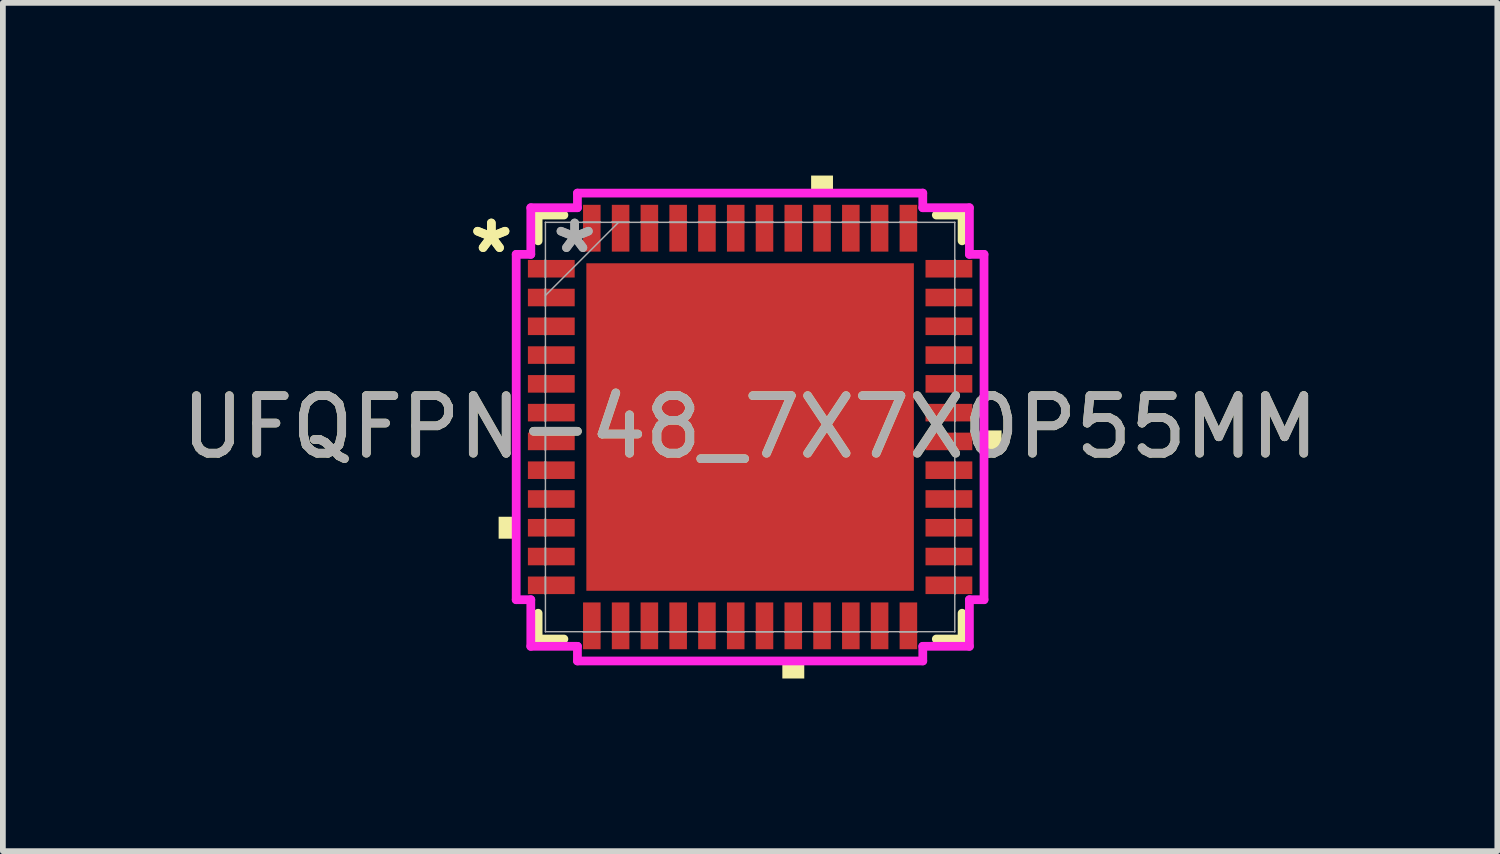
<source format=kicad_pcb>
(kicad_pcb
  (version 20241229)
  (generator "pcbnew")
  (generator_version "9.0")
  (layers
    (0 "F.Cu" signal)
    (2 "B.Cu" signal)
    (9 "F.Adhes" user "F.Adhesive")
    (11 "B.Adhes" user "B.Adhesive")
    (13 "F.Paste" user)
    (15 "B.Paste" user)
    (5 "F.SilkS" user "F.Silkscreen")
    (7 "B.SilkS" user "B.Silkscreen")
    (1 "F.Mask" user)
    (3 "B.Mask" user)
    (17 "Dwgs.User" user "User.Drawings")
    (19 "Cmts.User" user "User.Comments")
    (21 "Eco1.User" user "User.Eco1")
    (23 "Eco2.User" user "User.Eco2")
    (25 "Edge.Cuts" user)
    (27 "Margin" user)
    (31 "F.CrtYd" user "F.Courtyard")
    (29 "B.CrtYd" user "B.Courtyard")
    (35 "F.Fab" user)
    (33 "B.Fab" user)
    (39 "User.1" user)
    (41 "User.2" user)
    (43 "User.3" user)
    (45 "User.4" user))
  (footprint "UFQFPN-48_7X7X0P55MM"
    (layer "F.Cu")
    (at 9.982 4.369)
    (property "Reference" "UFQFPN-48_7X7X0P55MM" (at 0 0 0) (unlocked yes) (layer "F.SilkS") (effects (font (size 1 1) (thickness 0.15))))
    (attr smd)
    (fp_line (start -3.683 -3.683) (end -3.683 -3.235) (stroke (width 0.152) (type solid)) (layer "F.SilkS"))
    (fp_line (start -3.683 3.235) (end -3.683 3.683) (stroke (width 0.152) (type solid)) (layer "F.SilkS"))
    (fp_line (start -3.683 3.683) (end -3.235 3.683) (stroke (width 0.152) (type solid)) (layer "F.SilkS"))
    (fp_line (start -3.235 -3.683) (end -3.683 -3.683) (stroke (width 0.152) (type solid)) (layer "F.SilkS"))
    (fp_line (start 3.235 3.683) (end 3.683 3.683) (stroke (width 0.152) (type solid)) (layer "F.SilkS"))
    (fp_line (start 3.683 -3.683) (end 3.235 -3.683) (stroke (width 0.152) (type solid)) (layer "F.SilkS"))
    (fp_line (start 3.683 -3.235) (end 3.683 -3.683) (stroke (width 0.152) (type solid)) (layer "F.SilkS"))
    (fp_line (start 3.683 3.683) (end 3.683 3.235) (stroke (width 0.152) (type solid)) (layer "F.SilkS"))
    (fp_poly (pts (xy -4.369 1.559) (xy -4.369 1.94) (xy -4.115 1.94) (xy -4.115 1.559)) (stroke (width 0) (type solid)) (fill yes) (layer "F.SilkS"))
    (fp_poly (pts (xy 0.56 4.115) (xy 0.56 4.369) (xy 0.941 4.369) (xy 0.941 4.115)) (stroke (width 0) (type solid)) (fill yes) (layer "F.SilkS"))
    (fp_poly (pts (xy 1.06 -4.115) (xy 1.06 -4.369) (xy 1.44 -4.369) (xy 1.44 -4.115)) (stroke (width 0) (type solid)) (fill yes) (layer "F.SilkS"))
    (fp_poly (pts (xy 4.369 0.059) (xy 4.369 0.441) (xy 4.115 0.441) (xy 4.115 0.059)) (stroke (width 0) (type solid)) (fill yes) (layer "F.SilkS"))
    (fp_poly (pts (xy -2.745 -2.745) (xy -2.745 -1.522) (xy -1.522 -1.522) (xy -1.522 -2.745)) (stroke (width 0) (type solid)) (fill yes) (layer "F.Paste"))
    (fp_poly (pts (xy -2.745 -1.322) (xy -2.745 -0.1) (xy -1.522 -0.1) (xy -1.522 -1.322)) (stroke (width 0) (type solid)) (fill yes) (layer "F.Paste"))
    (fp_poly (pts (xy -2.745 0.1) (xy -2.745 1.322) (xy -1.522 1.322) (xy -1.522 0.1)) (stroke (width 0) (type solid)) (fill yes) (layer "F.Paste"))
    (fp_poly (pts (xy -2.745 1.522) (xy -2.745 2.745) (xy -1.522 2.745) (xy -1.522 1.522)) (stroke (width 0) (type solid)) (fill yes) (layer "F.Paste"))
    (fp_poly (pts (xy -1.322 -2.745) (xy -1.322 -1.522) (xy -0.1 -1.522) (xy -0.1 -2.745)) (stroke (width 0) (type solid)) (fill yes) (layer "F.Paste"))
    (fp_poly (pts (xy -1.322 -1.322) (xy -1.322 -0.1) (xy -0.1 -0.1) (xy -0.1 -1.322)) (stroke (width 0) (type solid)) (fill yes) (layer "F.Paste"))
    (fp_poly (pts (xy -1.322 0.1) (xy -1.322 1.322) (xy -0.1 1.322) (xy -0.1 0.1)) (stroke (width 0) (type solid)) (fill yes) (layer "F.Paste"))
    (fp_poly (pts (xy -1.322 1.522) (xy -1.322 2.745) (xy -0.1 2.745) (xy -0.1 1.522)) (stroke (width 0) (type solid)) (fill yes) (layer "F.Paste"))
    (fp_poly (pts (xy 0.1 -2.745) (xy 0.1 -1.522) (xy 1.322 -1.522) (xy 1.322 -2.745)) (stroke (width 0) (type solid)) (fill yes) (layer "F.Paste"))
    (fp_poly (pts (xy 0.1 -1.322) (xy 0.1 -0.1) (xy 1.322 -0.1) (xy 1.322 -1.322)) (stroke (width 0) (type solid)) (fill yes) (layer "F.Paste"))
    (fp_poly (pts (xy 0.1 0.1) (xy 0.1 1.322) (xy 1.322 1.322) (xy 1.322 0.1)) (stroke (width 0) (type solid)) (fill yes) (layer "F.Paste"))
    (fp_poly (pts (xy 0.1 1.522) (xy 0.1 2.745) (xy 1.322 2.745) (xy 1.322 1.522)) (stroke (width 0) (type solid)) (fill yes) (layer "F.Paste"))
    (fp_poly (pts (xy 1.522 -2.745) (xy 1.522 -1.522) (xy 2.745 -1.522) (xy 2.745 -2.745)) (stroke (width 0) (type solid)) (fill yes) (layer "F.Paste"))
    (fp_poly (pts (xy 1.522 -1.322) (xy 1.522 -0.1) (xy 2.745 -0.1) (xy 2.745 -1.322)) (stroke (width 0) (type solid)) (fill yes) (layer "F.Paste"))
    (fp_poly (pts (xy 1.522 0.1) (xy 1.522 1.322) (xy 2.745 1.322) (xy 2.745 0.1)) (stroke (width 0) (type solid)) (fill yes) (layer "F.Paste"))
    (fp_poly (pts (xy 1.522 1.522) (xy 1.522 2.745) (xy 2.745 2.745) (xy 2.745 1.522)) (stroke (width 0) (type solid)) (fill yes) (layer "F.Paste"))
    (fp_line (start -4.064 -3) (end -3.81 -3) (stroke (width 0.152) (type solid)) (layer "F.CrtYd"))
    (fp_line (start -4.064 3) (end -4.064 -3) (stroke (width 0.152) (type solid)) (layer "F.CrtYd"))
    (fp_line (start -3.81 -3.81) (end -3 -3.81) (stroke (width 0.152) (type solid)) (layer "F.CrtYd"))
    (fp_line (start -3.81 -3) (end -3.81 -3.81) (stroke (width 0.152) (type solid)) (layer "F.CrtYd"))
    (fp_line (start -3.81 3) (end -4.064 3) (stroke (width 0.152) (type solid)) (layer "F.CrtYd"))
    (fp_line (start -3.81 3.81) (end -3.81 3) (stroke (width 0.152) (type solid)) (layer "F.CrtYd"))
    (fp_line (start -3 -4.064) (end 3 -4.064) (stroke (width 0.152) (type solid)) (layer "F.CrtYd"))
    (fp_line (start -3 -3.81) (end -3 -4.064) (stroke (width 0.152) (type solid)) (layer "F.CrtYd"))
    (fp_line (start -3 3.81) (end -3.81 3.81) (stroke (width 0.152) (type solid)) (layer "F.CrtYd"))
    (fp_line (start -3 4.064) (end -3 3.81) (stroke (width 0.152) (type solid)) (layer "F.CrtYd"))
    (fp_line (start 3 -4.064) (end 3 -3.81) (stroke (width 0.152) (type solid)) (layer "F.CrtYd"))
    (fp_line (start 3 -3.81) (end 3.81 -3.81) (stroke (width 0.152) (type solid)) (layer "F.CrtYd"))
    (fp_line (start 3 3.81) (end 3 4.064) (stroke (width 0.152) (type solid)) (layer "F.CrtYd"))
    (fp_line (start 3 4.064) (end -3 4.064) (stroke (width 0.152) (type solid)) (layer "F.CrtYd"))
    (fp_line (start 3.81 -3.81) (end 3.81 -3) (stroke (width 0.152) (type solid)) (layer "F.CrtYd"))
    (fp_line (start 3.81 -3) (end 4.064 -3) (stroke (width 0.152) (type solid)) (layer "F.CrtYd"))
    (fp_line (start 3.81 3) (end 3.81 3.81) (stroke (width 0.152) (type solid)) (layer "F.CrtYd"))
    (fp_line (start 3.81 3.81) (end 3 3.81) (stroke (width 0.152) (type solid)) (layer "F.CrtYd"))
    (fp_line (start 4.064 -3) (end 4.064 3) (stroke (width 0.152) (type solid)) (layer "F.CrtYd"))
    (fp_line (start 4.064 3) (end 3.81 3) (stroke (width 0.152) (type solid)) (layer "F.CrtYd"))
    (fp_line (start -3.556 -3.556) (end -3.556 -3.556) (stroke (width 0.025) (type solid)) (layer "F.Fab"))
    (fp_line (start -3.556 -3.556) (end -3.556 3.556) (stroke (width 0.025) (type solid)) (layer "F.Fab"))
    (fp_line (start -3.556 -2.902) (end -3.556 -2.902) (stroke (width 0.025) (type solid)) (layer "F.Fab"))
    (fp_line (start -3.556 -2.902) (end -3.556 -2.598) (stroke (width 0.025) (type solid)) (layer "F.Fab"))
    (fp_line (start -3.556 -2.598) (end -3.556 -2.902) (stroke (width 0.025) (type solid)) (layer "F.Fab"))
    (fp_line (start -3.556 -2.598) (end -3.556 -2.598) (stroke (width 0.025) (type solid)) (layer "F.Fab"))
    (fp_line (start -3.556 -2.402) (end -3.556 -2.402) (stroke (width 0.025) (type solid)) (layer "F.Fab"))
    (fp_line (start -3.556 -2.402) (end -3.556 -2.098) (stroke (width 0.025) (type solid)) (layer "F.Fab"))
    (fp_line (start -3.556 -2.286) (end -2.286 -3.556) (stroke (width 0.025) (type solid)) (layer "F.Fab"))
    (fp_line (start -3.556 -2.098) (end -3.556 -2.402) (stroke (width 0.025) (type solid)) (layer "F.Fab"))
    (fp_line (start -3.556 -2.098) (end -3.556 -2.098) (stroke (width 0.025) (type solid)) (layer "F.Fab"))
    (fp_line (start -3.556 -1.902) (end -3.556 -1.902) (stroke (width 0.025) (type solid)) (layer "F.Fab"))
    (fp_line (start -3.556 -1.902) (end -3.556 -1.598) (stroke (width 0.025) (type solid)) (layer "F.Fab"))
    (fp_line (start -3.556 -1.598) (end -3.556 -1.902) (stroke (width 0.025) (type solid)) (layer "F.Fab"))
    (fp_line (start -3.556 -1.598) (end -3.556 -1.598) (stroke (width 0.025) (type solid)) (layer "F.Fab"))
    (fp_line (start -3.556 -1.402) (end -3.556 -1.402) (stroke (width 0.025) (type solid)) (layer "F.Fab"))
    (fp_line (start -3.556 -1.402) (end -3.556 -1.098) (stroke (width 0.025) (type solid)) (layer "F.Fab"))
    (fp_line (start -3.556 -1.098) (end -3.556 -1.402) (stroke (width 0.025) (type solid)) (layer "F.Fab"))
    (fp_line (start -3.556 -1.098) (end -3.556 -1.098) (stroke (width 0.025) (type solid)) (layer "F.Fab"))
    (fp_line (start -3.556 -0.902) (end -3.556 -0.902) (stroke (width 0.025) (type solid)) (layer "F.Fab"))
    (fp_line (start -3.556 -0.902) (end -3.556 -0.598) (stroke (width 0.025) (type solid)) (layer "F.Fab"))
    (fp_line (start -3.556 -0.598) (end -3.556 -0.902) (stroke (width 0.025) (type solid)) (layer "F.Fab"))
    (fp_line (start -3.556 -0.598) (end -3.556 -0.598) (stroke (width 0.025) (type solid)) (layer "F.Fab"))
    (fp_line (start -3.556 -0.402) (end -3.556 -0.402) (stroke (width 0.025) (type solid)) (layer "F.Fab"))
    (fp_line (start -3.556 -0.402) (end -3.556 -0.098) (stroke (width 0.025) (type solid)) (layer "F.Fab"))
    (fp_line (start -3.556 -0.098) (end -3.556 -0.402) (stroke (width 0.025) (type solid)) (layer "F.Fab"))
    (fp_line (start -3.556 -0.098) (end -3.556 -0.098) (stroke (width 0.025) (type solid)) (layer "F.Fab"))
    (fp_line (start -3.556 0.098) (end -3.556 0.098) (stroke (width 0.025) (type solid)) (layer "F.Fab"))
    (fp_line (start -3.556 0.098) (end -3.556 0.402) (stroke (width 0.025) (type solid)) (layer "F.Fab"))
    (fp_line (start -3.556 0.402) (end -3.556 0.098) (stroke (width 0.025) (type solid)) (layer "F.Fab"))
    (fp_line (start -3.556 0.402) (end -3.556 0.402) (stroke (width 0.025) (type solid)) (layer "F.Fab"))
    (fp_line (start -3.556 0.598) (end -3.556 0.598) (stroke (width 0.025) (type solid)) (layer "F.Fab"))
    (fp_line (start -3.556 0.598) (end -3.556 0.902) (stroke (width 0.025) (type solid)) (layer "F.Fab"))
    (fp_line (start -3.556 0.902) (end -3.556 0.598) (stroke (width 0.025) (type solid)) (layer "F.Fab"))
    (fp_line (start -3.556 0.902) (end -3.556 0.902) (stroke (width 0.025) (type solid)) (layer "F.Fab"))
    (fp_line (start -3.556 1.098) (end -3.556 1.098) (stroke (width 0.025) (type solid)) (layer "F.Fab"))
    (fp_line (start -3.556 1.098) (end -3.556 1.402) (stroke (width 0.025) (type solid)) (layer "F.Fab"))
    (fp_line (start -3.556 1.402) (end -3.556 1.098) (stroke (width 0.025) (type solid)) (layer "F.Fab"))
    (fp_line (start -3.556 1.402) (end -3.556 1.402) (stroke (width 0.025) (type solid)) (layer "F.Fab"))
    (fp_line (start -3.556 1.598) (end -3.556 1.598) (stroke (width 0.025) (type solid)) (layer "F.Fab"))
    (fp_line (start -3.556 1.598) (end -3.556 1.902) (stroke (width 0.025) (type solid)) (layer "F.Fab"))
    (fp_line (start -3.556 1.902) (end -3.556 1.598) (stroke (width 0.025) (type solid)) (layer "F.Fab"))
    (fp_line (start -3.556 1.902) (end -3.556 1.902) (stroke (width 0.025) (type solid)) (layer "F.Fab"))
    (fp_line (start -3.556 2.098) (end -3.556 2.098) (stroke (width 0.025) (type solid)) (layer "F.Fab"))
    (fp_line (start -3.556 2.098) (end -3.556 2.402) (stroke (width 0.025) (type solid)) (layer "F.Fab"))
    (fp_line (start -3.556 2.402) (end -3.556 2.098) (stroke (width 0.025) (type solid)) (layer "F.Fab"))
    (fp_line (start -3.556 2.402) (end -3.556 2.402) (stroke (width 0.025) (type solid)) (layer "F.Fab"))
    (fp_line (start -3.556 2.598) (end -3.556 2.598) (stroke (width 0.025) (type solid)) (layer "F.Fab"))
    (fp_line (start -3.556 2.598) (end -3.556 2.902) (stroke (width 0.025) (type solid)) (layer "F.Fab"))
    (fp_line (start -3.556 2.902) (end -3.556 2.598) (stroke (width 0.025) (type solid)) (layer "F.Fab"))
    (fp_line (start -3.556 2.902) (end -3.556 2.902) (stroke (width 0.025) (type solid)) (layer "F.Fab"))
    (fp_line (start -3.556 3.556) (end -3.556 3.556) (stroke (width 0.025) (type solid)) (layer "F.Fab"))
    (fp_line (start -3.556 3.556) (end 3.556 3.556) (stroke (width 0.025) (type solid)) (layer "F.Fab"))
    (fp_line (start -2.902 -3.556) (end -2.902 -3.556) (stroke (width 0.025) (type solid)) (layer "F.Fab"))
    (fp_line (start -2.902 -3.556) (end -2.598 -3.556) (stroke (width 0.025) (type solid)) (layer "F.Fab"))
    (fp_line (start -2.902 3.556) (end -2.902 3.556) (stroke (width 0.025) (type solid)) (layer "F.Fab"))
    (fp_line (start -2.902 3.556) (end -2.598 3.556) (stroke (width 0.025) (type solid)) (layer "F.Fab"))
    (fp_line (start -2.598 -3.556) (end -2.902 -3.556) (stroke (width 0.025) (type solid)) (layer "F.Fab"))
    (fp_line (start -2.598 -3.556) (end -2.598 -3.556) (stroke (width 0.025) (type solid)) (layer "F.Fab"))
    (fp_line (start -2.598 3.556) (end -2.902 3.556) (stroke (width 0.025) (type solid)) (layer "F.Fab"))
    (fp_line (start -2.598 3.556) (end -2.598 3.556) (stroke (width 0.025) (type solid)) (layer "F.Fab"))
    (fp_line (start -2.402 -3.556) (end -2.402 -3.556) (stroke (width 0.025) (type solid)) (layer "F.Fab"))
    (fp_line (start -2.402 -3.556) (end -2.098 -3.556) (stroke (width 0.025) (type solid)) (layer "F.Fab"))
    (fp_line (start -2.402 3.556) (end -2.402 3.556) (stroke (width 0.025) (type solid)) (layer "F.Fab"))
    (fp_line (start -2.402 3.556) (end -2.098 3.556) (stroke (width 0.025) (type solid)) (layer "F.Fab"))
    (fp_line (start -2.098 -3.556) (end -2.402 -3.556) (stroke (width 0.025) (type solid)) (layer "F.Fab"))
    (fp_line (start -2.098 -3.556) (end -2.098 -3.556) (stroke (width 0.025) (type solid)) (layer "F.Fab"))
    (fp_line (start -2.098 3.556) (end -2.402 3.556) (stroke (width 0.025) (type solid)) (layer "F.Fab"))
    (fp_line (start -2.098 3.556) (end -2.098 3.556) (stroke (width 0.025) (type solid)) (layer "F.Fab"))
    (fp_line (start -1.902 -3.556) (end -1.902 -3.556) (stroke (width 0.025) (type solid)) (layer "F.Fab"))
    (fp_line (start -1.902 -3.556) (end -1.598 -3.556) (stroke (width 0.025) (type solid)) (layer "F.Fab"))
    (fp_line (start -1.902 3.556) (end -1.902 3.556) (stroke (width 0.025) (type solid)) (layer "F.Fab"))
    (fp_line (start -1.902 3.556) (end -1.598 3.556) (stroke (width 0.025) (type solid)) (layer "F.Fab"))
    (fp_line (start -1.598 -3.556) (end -1.902 -3.556) (stroke (width 0.025) (type solid)) (layer "F.Fab"))
    (fp_line (start -1.598 -3.556) (end -1.598 -3.556) (stroke (width 0.025) (type solid)) (layer "F.Fab"))
    (fp_line (start -1.598 3.556) (end -1.902 3.556) (stroke (width 0.025) (type solid)) (layer "F.Fab"))
    (fp_line (start -1.598 3.556) (end -1.598 3.556) (stroke (width 0.025) (type solid)) (layer "F.Fab"))
    (fp_line (start -1.402 -3.556) (end -1.402 -3.556) (stroke (width 0.025) (type solid)) (layer "F.Fab"))
    (fp_line (start -1.402 -3.556) (end -1.098 -3.556) (stroke (width 0.025) (type solid)) (layer "F.Fab"))
    (fp_line (start -1.402 3.556) (end -1.402 3.556) (stroke (width 0.025) (type solid)) (layer "F.Fab"))
    (fp_line (start -1.402 3.556) (end -1.098 3.556) (stroke (width 0.025) (type solid)) (layer "F.Fab"))
    (fp_line (start -1.098 -3.556) (end -1.402 -3.556) (stroke (width 0.025) (type solid)) (layer "F.Fab"))
    (fp_line (start -1.098 -3.556) (end -1.098 -3.556) (stroke (width 0.025) (type solid)) (layer "F.Fab"))
    (fp_line (start -1.098 3.556) (end -1.402 3.556) (stroke (width 0.025) (type solid)) (layer "F.Fab"))
    (fp_line (start -1.098 3.556) (end -1.098 3.556) (stroke (width 0.025) (type solid)) (layer "F.Fab"))
    (fp_line (start -0.902 -3.556) (end -0.902 -3.556) (stroke (width 0.025) (type solid)) (layer "F.Fab"))
    (fp_line (start -0.902 -3.556) (end -0.598 -3.556) (stroke (width 0.025) (type solid)) (layer "F.Fab"))
    (fp_line (start -0.902 3.556) (end -0.902 3.556) (stroke (width 0.025) (type solid)) (layer "F.Fab"))
    (fp_line (start -0.902 3.556) (end -0.598 3.556) (stroke (width 0.025) (type solid)) (layer "F.Fab"))
    (fp_line (start -0.598 -3.556) (end -0.902 -3.556) (stroke (width 0.025) (type solid)) (layer "F.Fab"))
    (fp_line (start -0.598 -3.556) (end -0.598 -3.556) (stroke (width 0.025) (type solid)) (layer "F.Fab"))
    (fp_line (start -0.598 3.556) (end -0.902 3.556) (stroke (width 0.025) (type solid)) (layer "F.Fab"))
    (fp_line (start -0.598 3.556) (end -0.598 3.556) (stroke (width 0.025) (type solid)) (layer "F.Fab"))
    (fp_line (start -0.402 -3.556) (end -0.402 -3.556) (stroke (width 0.025) (type solid)) (layer "F.Fab"))
    (fp_line (start -0.402 -3.556) (end -0.098 -3.556) (stroke (width 0.025) (type solid)) (layer "F.Fab"))
    (fp_line (start -0.402 3.556) (end -0.402 3.556) (stroke (width 0.025) (type solid)) (layer "F.Fab"))
    (fp_line (start -0.402 3.556) (end -0.098 3.556) (stroke (width 0.025) (type solid)) (layer "F.Fab"))
    (fp_line (start -0.098 -3.556) (end -0.402 -3.556) (stroke (width 0.025) (type solid)) (layer "F.Fab"))
    (fp_line (start -0.098 -3.556) (end -0.098 -3.556) (stroke (width 0.025) (type solid)) (layer "F.Fab"))
    (fp_line (start -0.098 3.556) (end -0.402 3.556) (stroke (width 0.025) (type solid)) (layer "F.Fab"))
    (fp_line (start -0.098 3.556) (end -0.098 3.556) (stroke (width 0.025) (type solid)) (layer "F.Fab"))
    (fp_line (start 0.098 -3.556) (end 0.098 -3.556) (stroke (width 0.025) (type solid)) (layer "F.Fab"))
    (fp_line (start 0.098 -3.556) (end 0.402 -3.556) (stroke (width 0.025) (type solid)) (layer "F.Fab"))
    (fp_line (start 0.098 3.556) (end 0.098 3.556) (stroke (width 0.025) (type solid)) (layer "F.Fab"))
    (fp_line (start 0.098 3.556) (end 0.402 3.556) (stroke (width 0.025) (type solid)) (layer "F.Fab"))
    (fp_line (start 0.402 -3.556) (end 0.098 -3.556) (stroke (width 0.025) (type solid)) (layer "F.Fab"))
    (fp_line (start 0.402 -3.556) (end 0.402 -3.556) (stroke (width 0.025) (type solid)) (layer "F.Fab"))
    (fp_line (start 0.402 3.556) (end 0.098 3.556) (stroke (width 0.025) (type solid)) (layer "F.Fab"))
    (fp_line (start 0.402 3.556) (end 0.402 3.556) (stroke (width 0.025) (type solid)) (layer "F.Fab"))
    (fp_line (start 0.598 -3.556) (end 0.598 -3.556) (stroke (width 0.025) (type solid)) (layer "F.Fab"))
    (fp_line (start 0.598 -3.556) (end 0.902 -3.556) (stroke (width 0.025) (type solid)) (layer "F.Fab"))
    (fp_line (start 0.598 3.556) (end 0.598 3.556) (stroke (width 0.025) (type solid)) (layer "F.Fab"))
    (fp_line (start 0.598 3.556) (end 0.902 3.556) (stroke (width 0.025) (type solid)) (layer "F.Fab"))
    (fp_line (start 0.902 -3.556) (end 0.598 -3.556) (stroke (width 0.025) (type solid)) (layer "F.Fab"))
    (fp_line (start 0.902 -3.556) (end 0.902 -3.556) (stroke (width 0.025) (type solid)) (layer "F.Fab"))
    (fp_line (start 0.902 3.556) (end 0.598 3.556) (stroke (width 0.025) (type solid)) (layer "F.Fab"))
    (fp_line (start 0.902 3.556) (end 0.902 3.556) (stroke (width 0.025) (type solid)) (layer "F.Fab"))
    (fp_line (start 1.098 -3.556) (end 1.098 -3.556) (stroke (width 0.025) (type solid)) (layer "F.Fab"))
    (fp_line (start 1.098 -3.556) (end 1.402 -3.556) (stroke (width 0.025) (type solid)) (layer "F.Fab"))
    (fp_line (start 1.098 3.556) (end 1.098 3.556) (stroke (width 0.025) (type solid)) (layer "F.Fab"))
    (fp_line (start 1.098 3.556) (end 1.402 3.556) (stroke (width 0.025) (type solid)) (layer "F.Fab"))
    (fp_line (start 1.402 -3.556) (end 1.098 -3.556) (stroke (width 0.025) (type solid)) (layer "F.Fab"))
    (fp_line (start 1.402 -3.556) (end 1.402 -3.556) (stroke (width 0.025) (type solid)) (layer "F.Fab"))
    (fp_line (start 1.402 3.556) (end 1.098 3.556) (stroke (width 0.025) (type solid)) (layer "F.Fab"))
    (fp_line (start 1.402 3.556) (end 1.402 3.556) (stroke (width 0.025) (type solid)) (layer "F.Fab"))
    (fp_line (start 1.598 -3.556) (end 1.598 -3.556) (stroke (width 0.025) (type solid)) (layer "F.Fab"))
    (fp_line (start 1.598 -3.556) (end 1.902 -3.556) (stroke (width 0.025) (type solid)) (layer "F.Fab"))
    (fp_line (start 1.598 3.556) (end 1.598 3.556) (stroke (width 0.025) (type solid)) (layer "F.Fab"))
    (fp_line (start 1.598 3.556) (end 1.902 3.556) (stroke (width 0.025) (type solid)) (layer "F.Fab"))
    (fp_line (start 1.902 -3.556) (end 1.598 -3.556) (stroke (width 0.025) (type solid)) (layer "F.Fab"))
    (fp_line (start 1.902 -3.556) (end 1.902 -3.556) (stroke (width 0.025) (type solid)) (layer "F.Fab"))
    (fp_line (start 1.902 3.556) (end 1.598 3.556) (stroke (width 0.025) (type solid)) (layer "F.Fab"))
    (fp_line (start 1.902 3.556) (end 1.902 3.556) (stroke (width 0.025) (type solid)) (layer "F.Fab"))
    (fp_line (start 2.098 -3.556) (end 2.098 -3.556) (stroke (width 0.025) (type solid)) (layer "F.Fab"))
    (fp_line (start 2.098 -3.556) (end 2.402 -3.556) (stroke (width 0.025) (type solid)) (layer "F.Fab"))
    (fp_line (start 2.098 3.556) (end 2.098 3.556) (stroke (width 0.025) (type solid)) (layer "F.Fab"))
    (fp_line (start 2.098 3.556) (end 2.402 3.556) (stroke (width 0.025) (type solid)) (layer "F.Fab"))
    (fp_line (start 2.402 -3.556) (end 2.098 -3.556) (stroke (width 0.025) (type solid)) (layer "F.Fab"))
    (fp_line (start 2.402 -3.556) (end 2.402 -3.556) (stroke (width 0.025) (type solid)) (layer "F.Fab"))
    (fp_line (start 2.402 3.556) (end 2.098 3.556) (stroke (width 0.025) (type solid)) (layer "F.Fab"))
    (fp_line (start 2.402 3.556) (end 2.402 3.556) (stroke (width 0.025) (type solid)) (layer "F.Fab"))
    (fp_line (start 2.598 -3.556) (end 2.598 -3.556) (stroke (width 0.025) (type solid)) (layer "F.Fab"))
    (fp_line (start 2.598 -3.556) (end 2.902 -3.556) (stroke (width 0.025) (type solid)) (layer "F.Fab"))
    (fp_line (start 2.598 3.556) (end 2.598 3.556) (stroke (width 0.025) (type solid)) (layer "F.Fab"))
    (fp_line (start 2.598 3.556) (end 2.902 3.556) (stroke (width 0.025) (type solid)) (layer "F.Fab"))
    (fp_line (start 2.902 -3.556) (end 2.598 -3.556) (stroke (width 0.025) (type solid)) (layer "F.Fab"))
    (fp_line (start 2.902 -3.556) (end 2.902 -3.556) (stroke (width 0.025) (type solid)) (layer "F.Fab"))
    (fp_line (start 2.902 3.556) (end 2.598 3.556) (stroke (width 0.025) (type solid)) (layer "F.Fab"))
    (fp_line (start 2.902 3.556) (end 2.902 3.556) (stroke (width 0.025) (type solid)) (layer "F.Fab"))
    (fp_line (start 3.556 -3.556) (end -3.556 -3.556) (stroke (width 0.025) (type solid)) (layer "F.Fab"))
    (fp_line (start 3.556 -3.556) (end 3.556 -3.556) (stroke (width 0.025) (type solid)) (layer "F.Fab"))
    (fp_line (start 3.556 -2.902) (end 3.556 -2.902) (stroke (width 0.025) (type solid)) (layer "F.Fab"))
    (fp_line (start 3.556 -2.902) (end 3.556 -2.598) (stroke (width 0.025) (type solid)) (layer "F.Fab"))
    (fp_line (start 3.556 -2.598) (end 3.556 -2.902) (stroke (width 0.025) (type solid)) (layer "F.Fab"))
    (fp_line (start 3.556 -2.598) (end 3.556 -2.598) (stroke (width 0.025) (type solid)) (layer "F.Fab"))
    (fp_line (start 3.556 -2.402) (end 3.556 -2.402) (stroke (width 0.025) (type solid)) (layer "F.Fab"))
    (fp_line (start 3.556 -2.402) (end 3.556 -2.098) (stroke (width 0.025) (type solid)) (layer "F.Fab"))
    (fp_line (start 3.556 -2.098) (end 3.556 -2.402) (stroke (width 0.025) (type solid)) (layer "F.Fab"))
    (fp_line (start 3.556 -2.098) (end 3.556 -2.098) (stroke (width 0.025) (type solid)) (layer "F.Fab"))
    (fp_line (start 3.556 -1.902) (end 3.556 -1.902) (stroke (width 0.025) (type solid)) (layer "F.Fab"))
    (fp_line (start 3.556 -1.902) (end 3.556 -1.598) (stroke (width 0.025) (type solid)) (layer "F.Fab"))
    (fp_line (start 3.556 -1.598) (end 3.556 -1.902) (stroke (width 0.025) (type solid)) (layer "F.Fab"))
    (fp_line (start 3.556 -1.598) (end 3.556 -1.598) (stroke (width 0.025) (type solid)) (layer "F.Fab"))
    (fp_line (start 3.556 -1.402) (end 3.556 -1.402) (stroke (width 0.025) (type solid)) (layer "F.Fab"))
    (fp_line (start 3.556 -1.402) (end 3.556 -1.098) (stroke (width 0.025) (type solid)) (layer "F.Fab"))
    (fp_line (start 3.556 -1.098) (end 3.556 -1.402) (stroke (width 0.025) (type solid)) (layer "F.Fab"))
    (fp_line (start 3.556 -1.098) (end 3.556 -1.098) (stroke (width 0.025) (type solid)) (layer "F.Fab"))
    (fp_line (start 3.556 -0.902) (end 3.556 -0.902) (stroke (width 0.025) (type solid)) (layer "F.Fab"))
    (fp_line (start 3.556 -0.902) (end 3.556 -0.598) (stroke (width 0.025) (type solid)) (layer "F.Fab"))
    (fp_line (start 3.556 -0.598) (end 3.556 -0.902) (stroke (width 0.025) (type solid)) (layer "F.Fab"))
    (fp_line (start 3.556 -0.598) (end 3.556 -0.598) (stroke (width 0.025) (type solid)) (layer "F.Fab"))
    (fp_line (start 3.556 -0.402) (end 3.556 -0.402) (stroke (width 0.025) (type solid)) (layer "F.Fab"))
    (fp_line (start 3.556 -0.402) (end 3.556 -0.098) (stroke (width 0.025) (type solid)) (layer "F.Fab"))
    (fp_line (start 3.556 -0.098) (end 3.556 -0.402) (stroke (width 0.025) (type solid)) (layer "F.Fab"))
    (fp_line (start 3.556 -0.098) (end 3.556 -0.098) (stroke (width 0.025) (type solid)) (layer "F.Fab"))
    (fp_line (start 3.556 0.098) (end 3.556 0.098) (stroke (width 0.025) (type solid)) (layer "F.Fab"))
    (fp_line (start 3.556 0.098) (end 3.556 0.402) (stroke (width 0.025) (type solid)) (layer "F.Fab"))
    (fp_line (start 3.556 0.402) (end 3.556 0.098) (stroke (width 0.025) (type solid)) (layer "F.Fab"))
    (fp_line (start 3.556 0.402) (end 3.556 0.402) (stroke (width 0.025) (type solid)) (layer "F.Fab"))
    (fp_line (start 3.556 0.598) (end 3.556 0.598) (stroke (width 0.025) (type solid)) (layer "F.Fab"))
    (fp_line (start 3.556 0.598) (end 3.556 0.902) (stroke (width 0.025) (type solid)) (layer "F.Fab"))
    (fp_line (start 3.556 0.902) (end 3.556 0.598) (stroke (width 0.025) (type solid)) (layer "F.Fab"))
    (fp_line (start 3.556 0.902) (end 3.556 0.902) (stroke (width 0.025) (type solid)) (layer "F.Fab"))
    (fp_line (start 3.556 1.098) (end 3.556 1.098) (stroke (width 0.025) (type solid)) (layer "F.Fab"))
    (fp_line (start 3.556 1.098) (end 3.556 1.402) (stroke (width 0.025) (type solid)) (layer "F.Fab"))
    (fp_line (start 3.556 1.402) (end 3.556 1.098) (stroke (width 0.025) (type solid)) (layer "F.Fab"))
    (fp_line (start 3.556 1.402) (end 3.556 1.402) (stroke (width 0.025) (type solid)) (layer "F.Fab"))
    (fp_line (start 3.556 1.598) (end 3.556 1.598) (stroke (width 0.025) (type solid)) (layer "F.Fab"))
    (fp_line (start 3.556 1.598) (end 3.556 1.902) (stroke (width 0.025) (type solid)) (layer "F.Fab"))
    (fp_line (start 3.556 1.902) (end 3.556 1.598) (stroke (width 0.025) (type solid)) (layer "F.Fab"))
    (fp_line (start 3.556 1.902) (end 3.556 1.902) (stroke (width 0.025) (type solid)) (layer "F.Fab"))
    (fp_line (start 3.556 2.098) (end 3.556 2.098) (stroke (width 0.025) (type solid)) (layer "F.Fab"))
    (fp_line (start 3.556 2.098) (end 3.556 2.402) (stroke (width 0.025) (type solid)) (layer "F.Fab"))
    (fp_line (start 3.556 2.402) (end 3.556 2.098) (stroke (width 0.025) (type solid)) (layer "F.Fab"))
    (fp_line (start 3.556 2.402) (end 3.556 2.402) (stroke (width 0.025) (type solid)) (layer "F.Fab"))
    (fp_line (start 3.556 2.598) (end 3.556 2.598) (stroke (width 0.025) (type solid)) (layer "F.Fab"))
    (fp_line (start 3.556 2.598) (end 3.556 2.902) (stroke (width 0.025) (type solid)) (layer "F.Fab"))
    (fp_line (start 3.556 2.902) (end 3.556 2.598) (stroke (width 0.025) (type solid)) (layer "F.Fab"))
    (fp_line (start 3.556 2.902) (end 3.556 2.902) (stroke (width 0.025) (type solid)) (layer "F.Fab"))
    (fp_line (start 3.556 3.556) (end 3.556 -3.556) (stroke (width 0.025) (type solid)) (layer "F.Fab"))
    (fp_line (start 3.556 3.556) (end 3.556 3.556) (stroke (width 0.025) (type solid)) (layer "F.Fab"))
    (fp_text user "*" (at -4.496 -3 0) (layer "F.SilkS") (effects (font (size 1 1) (thickness 0.15))))
    (fp_text user "*" (at -4.496 -3 0) (unlocked yes) (layer "F.SilkS") (effects (font (size 1 1) (thickness 0.15))))
    (fp_text user "*" (at -3.048 -3 0) (unlocked yes) (layer "F.Fab") (effects (font (size 1 1) (thickness 0.15))))
    (fp_text user "*" (at -3.048 -3 0) (layer "F.Fab") (effects (font (size 1 1) (thickness 0.15))))
    (fp_text user "${REFERENCE}" (at 0 0 0) (unlocked yes) (layer "F.Fab") (effects (font (size 1 1) (thickness 0.15))))
    (pad "1" smd rect (at -3.454 -2.75 90) (size 0.305 0.813) (layers "F.Cu" "F.Mask" "F.Paste"))
    (pad "2" smd rect (at -3.454 -2.25 90) (size 0.305 0.813) (layers "F.Cu" "F.Mask" "F.Paste"))
    (pad "3" smd rect (at -3.454 -1.75 90) (size 0.305 0.813) (layers "F.Cu" "F.Mask" "F.Paste"))
    (pad "4" smd rect (at -3.454 -1.25 90) (size 0.305 0.813) (layers "F.Cu" "F.Mask" "F.Paste"))
    (pad "5" smd rect (at -3.454 -0.75 90) (size 0.305 0.813) (layers "F.Cu" "F.Mask" "F.Paste"))
    (pad "6" smd rect (at -3.454 -0.25 90) (size 0.305 0.813) (layers "F.Cu" "F.Mask" "F.Paste"))
    (pad "7" smd rect (at -3.454 0.25 90) (size 0.305 0.813) (layers "F.Cu" "F.Mask" "F.Paste"))
    (pad "8" smd rect (at -3.454 0.75 90) (size 0.305 0.813) (layers "F.Cu" "F.Mask" "F.Paste"))
    (pad "9" smd rect (at -3.454 1.25 90) (size 0.305 0.813) (layers "F.Cu" "F.Mask" "F.Paste"))
    (pad "10" smd rect (at -3.454 1.75 90) (size 0.305 0.813) (layers "F.Cu" "F.Mask" "F.Paste"))
    (pad "11" smd rect (at -3.454 2.25 90) (size 0.305 0.813) (layers "F.Cu" "F.Mask" "F.Paste"))
    (pad "12" smd rect (at -3.454 2.75 90) (size 0.305 0.813) (layers "F.Cu" "F.Mask" "F.Paste"))
    (pad "13" smd rect (at -2.75 3.454) (size 0.305 0.813) (layers "F.Cu" "F.Mask" "F.Paste"))
    (pad "14" smd rect (at -2.25 3.454) (size 0.305 0.813) (layers "F.Cu" "F.Mask" "F.Paste"))
    (pad "15" smd rect (at -1.75 3.454) (size 0.305 0.813) (layers "F.Cu" "F.Mask" "F.Paste"))
    (pad "16" smd rect (at -1.25 3.454) (size 0.305 0.813) (layers "F.Cu" "F.Mask" "F.Paste"))
    (pad "17" smd rect (at -0.75 3.454) (size 0.305 0.813) (layers "F.Cu" "F.Mask" "F.Paste"))
    (pad "18" smd rect (at -0.25 3.454) (size 0.305 0.813) (layers "F.Cu" "F.Mask" "F.Paste"))
    (pad "19" smd rect (at 0.25 3.454) (size 0.305 0.813) (layers "F.Cu" "F.Mask" "F.Paste"))
    (pad "20" smd rect (at 0.75 3.454) (size 0.305 0.813) (layers "F.Cu" "F.Mask" "F.Paste"))
    (pad "21" smd rect (at 1.25 3.454) (size 0.305 0.813) (layers "F.Cu" "F.Mask" "F.Paste"))
    (pad "22" smd rect (at 1.75 3.454) (size 0.305 0.813) (layers "F.Cu" "F.Mask" "F.Paste"))
    (pad "23" smd rect (at 2.25 3.454) (size 0.305 0.813) (layers "F.Cu" "F.Mask" "F.Paste"))
    (pad "24" smd rect (at 2.75 3.454) (size 0.305 0.813) (layers "F.Cu" "F.Mask" "F.Paste"))
    (pad "25" smd rect (at 3.454 2.75 90) (size 0.305 0.813) (layers "F.Cu" "F.Mask" "F.Paste"))
    (pad "26" smd rect (at 3.454 2.25 90) (size 0.305 0.813) (layers "F.Cu" "F.Mask" "F.Paste"))
    (pad "27" smd rect (at 3.454 1.75 90) (size 0.305 0.813) (layers "F.Cu" "F.Mask" "F.Paste"))
    (pad "28" smd rect (at 3.454 1.25 90) (size 0.305 0.813) (layers "F.Cu" "F.Mask" "F.Paste"))
    (pad "29" smd rect (at 3.454 0.75 90) (size 0.305 0.813) (layers "F.Cu" "F.Mask" "F.Paste"))
    (pad "30" smd rect (at 3.454 0.25 90) (size 0.305 0.813) (layers "F.Cu" "F.Mask" "F.Paste"))
    (pad "31" smd rect (at 3.454 -0.25 90) (size 0.305 0.813) (layers "F.Cu" "F.Mask" "F.Paste"))
    (pad "32" smd rect (at 3.454 -0.75 90) (size 0.305 0.813) (layers "F.Cu" "F.Mask" "F.Paste"))
    (pad "33" smd rect (at 3.454 -1.25 90) (size 0.305 0.813) (layers "F.Cu" "F.Mask" "F.Paste"))
    (pad "34" smd rect (at 3.454 -1.75 90) (size 0.305 0.813) (layers "F.Cu" "F.Mask" "F.Paste"))
    (pad "35" smd rect (at 3.454 -2.25 90) (size 0.305 0.813) (layers "F.Cu" "F.Mask" "F.Paste"))
    (pad "36" smd rect (at 3.454 -2.75 90) (size 0.305 0.813) (layers "F.Cu" "F.Mask" "F.Paste"))
    (pad "37" smd rect (at 2.75 -3.454) (size 0.305 0.813) (layers "F.Cu" "F.Mask" "F.Paste"))
    (pad "38" smd rect (at 2.25 -3.454) (size 0.305 0.813) (layers "F.Cu" "F.Mask" "F.Paste"))
    (pad "39" smd rect (at 1.75 -3.454) (size 0.305 0.813) (layers "F.Cu" "F.Mask" "F.Paste"))
    (pad "40" smd rect (at 1.25 -3.454) (size 0.305 0.813) (layers "F.Cu" "F.Mask" "F.Paste"))
    (pad "41" smd rect (at 0.75 -3.454) (size 0.305 0.813) (layers "F.Cu" "F.Mask" "F.Paste"))
    (pad "42" smd rect (at 0.25 -3.454) (size 0.305 0.813) (layers "F.Cu" "F.Mask" "F.Paste"))
    (pad "43" smd rect (at -0.25 -3.454) (size 0.305 0.813) (layers "F.Cu" "F.Mask" "F.Paste"))
    (pad "44" smd rect (at -0.75 -3.454) (size 0.305 0.813) (layers "F.Cu" "F.Mask" "F.Paste"))
    (pad "45" smd rect (at -1.25 -3.454) (size 0.305 0.813) (layers "F.Cu" "F.Mask" "F.Paste"))
    (pad "46" smd rect (at -1.75 -3.454) (size 0.305 0.813) (layers "F.Cu" "F.Mask" "F.Paste"))
    (pad "47" smd rect (at -2.25 -3.454) (size 0.305 0.813) (layers "F.Cu" "F.Mask" "F.Paste"))
    (pad "48" smd rect (at -2.75 -3.454) (size 0.305 0.813) (layers "F.Cu" "F.Mask" "F.Paste"))
    (pad "49" smd rect (at 0 0) (size 5.69 5.69) (layers "F.Cu" "F.Mask" "F.Paste")))
  (gr_rect
    (start -3 -3)
    (end 22.964 11.738)
    (stroke (width 0.1) (type default))
    (fill no)
    (layer "Edge.Cuts")))
</source>
